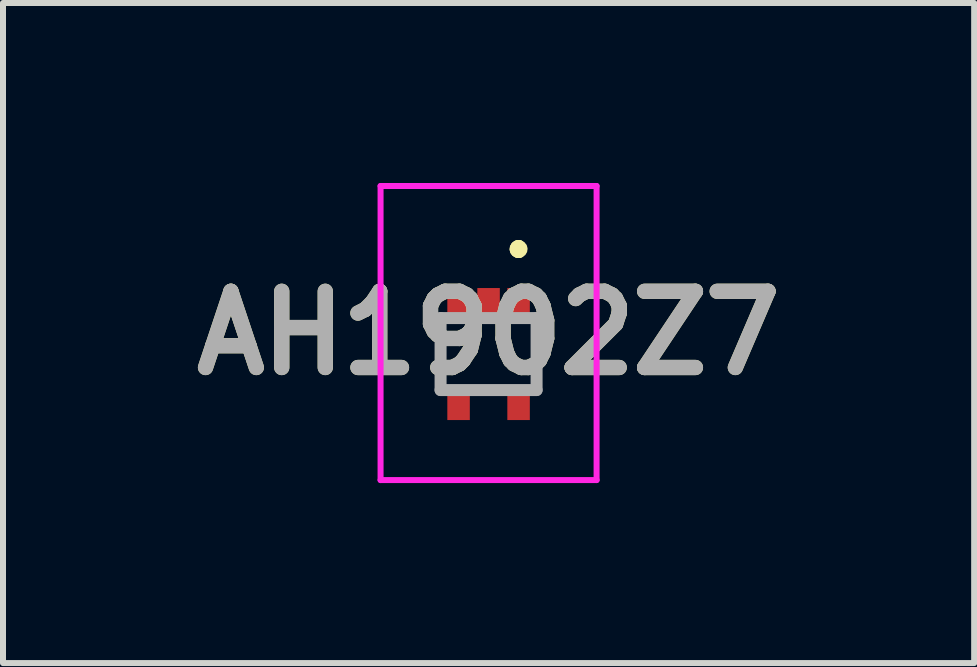
<source format=kicad_pcb>
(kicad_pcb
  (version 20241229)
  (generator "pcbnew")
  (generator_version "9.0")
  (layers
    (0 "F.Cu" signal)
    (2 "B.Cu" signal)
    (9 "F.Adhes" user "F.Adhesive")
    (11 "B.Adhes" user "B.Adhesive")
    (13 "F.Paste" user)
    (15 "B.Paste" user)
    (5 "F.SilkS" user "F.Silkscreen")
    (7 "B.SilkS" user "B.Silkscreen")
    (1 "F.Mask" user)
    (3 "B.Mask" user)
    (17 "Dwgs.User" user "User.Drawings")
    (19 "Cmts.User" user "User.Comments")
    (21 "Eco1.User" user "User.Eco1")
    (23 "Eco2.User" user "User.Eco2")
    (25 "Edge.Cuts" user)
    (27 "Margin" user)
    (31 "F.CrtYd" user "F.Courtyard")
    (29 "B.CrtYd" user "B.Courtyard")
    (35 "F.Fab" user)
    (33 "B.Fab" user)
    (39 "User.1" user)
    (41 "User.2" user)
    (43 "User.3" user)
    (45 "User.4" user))
  (footprint "AH1902Z7"
    (layer "F.Cu")
    (at 5.092 2.85)
    (property "Reference" "AH1902Z7" (at 0 -0.35 0) (layer "F.SilkS") (effects (font (size 1.27 1.27) (thickness 0.254))))
    (attr smd)
    (fp_line (start -0.8 -0.25) (end -0.8 -0.25) (stroke (width 0.1) (type solid)) (layer "F.SilkS"))
    (fp_line (start -0.8 -0.25) (end -0.8 0.25) (stroke (width 0.1) (type solid)) (layer "F.SilkS"))
    (fp_line (start -0.8 0.25) (end -0.8 -0.25) (stroke (width 0.1) (type solid)) (layer "F.SilkS"))
    (fp_line (start -0.8 0.25) (end -0.8 0.25) (stroke (width 0.1) (type solid)) (layer "F.SilkS"))
    (fp_line (start 0.5 -1.8) (end 0.5 -1.8) (stroke (width 0.2) (type solid)) (layer "F.SilkS"))
    (fp_line (start 0.5 -1.8) (end 0.5 -1.8) (stroke (width 0.2) (type solid)) (layer "F.SilkS"))
    (fp_line (start 0.5 -1.7) (end 0.5 -1.7) (stroke (width 0.2) (type solid)) (layer "F.SilkS"))
    (fp_line (start 0.8 -0.25) (end 0.8 -0.25) (stroke (width 0.1) (type solid)) (layer "F.SilkS"))
    (fp_line (start 0.8 -0.25) (end 0.8 0.25) (stroke (width 0.1) (type solid)) (layer "F.SilkS"))
    (fp_line (start 0.8 0.25) (end 0.8 -0.25) (stroke (width 0.1) (type solid)) (layer "F.SilkS"))
    (fp_line (start 0.8 0.25) (end 0.8 0.25) (stroke (width 0.1) (type solid)) (layer "F.SilkS"))
    (fp_arc (start 0.5 -1.8) (mid 0.55 -1.75) (end 0.5 -1.7) (stroke (width 0.2) (type solid)) (layer "F.SilkS"))
    (fp_arc (start 0.5 -1.7) (mid 0.45 -1.75) (end 0.5 -1.8) (stroke (width 0.2) (type solid)) (layer "F.SilkS"))
    (fp_arc (start 0.5 -1.7) (mid 0.45 -1.75) (end 0.5 -1.8) (stroke (width 0.2) (type solid)) (layer "F.SilkS"))
    (fp_line (start -1.8 -2.8) (end 1.8 -2.8) (stroke (width 0.1) (type solid)) (layer "F.CrtYd"))
    (fp_line (start -1.8 2.1) (end -1.8 -2.8) (stroke (width 0.1) (type solid)) (layer "F.CrtYd"))
    (fp_line (start 1.8 -2.8) (end 1.8 2.1) (stroke (width 0.1) (type solid)) (layer "F.CrtYd"))
    (fp_line (start 1.8 2.1) (end -1.8 2.1) (stroke (width 0.1) (type solid)) (layer "F.CrtYd"))
    (fp_line (start -0.8 -0.6) (end -0.8 0.6) (stroke (width 0.2) (type solid)) (layer "F.Fab"))
    (fp_line (start -0.8 0.6) (end 0.8 0.6) (stroke (width 0.2) (type solid)) (layer "F.Fab"))
    (fp_line (start 0.8 -0.6) (end -0.8 -0.6) (stroke (width 0.2) (type solid)) (layer "F.Fab"))
    (fp_line (start 0.8 0.6) (end 0.8 -0.6) (stroke (width 0.2) (type solid)) (layer "F.Fab"))
    (fp_text user "${REFERENCE}" (at 0 -0.35 0) (layer "F.Fab") (effects (font (size 1.27 1.27) (thickness 0.254))))
    (pad "1" smd rect (at 0.5 -0.85) (size 0.375 0.5) (layers "F.Cu" "F.Mask" "F.Paste"))
    (pad "2" smd rect (at 0 -0.85) (size 0.375 0.5) (layers "F.Cu" "F.Mask" "F.Paste"))
    (pad "3" smd rect (at -0.5 -0.85) (size 0.375 0.5) (layers "F.Cu" "F.Mask" "F.Paste"))
    (pad "4" smd rect (at -0.5 0.85) (size 0.375 0.5) (layers "F.Cu" "F.Mask" "F.Paste"))
    (pad "5" smd rect (at 0.5 0.85) (size 0.375 0.5) (layers "F.Cu" "F.Mask" "F.Paste")))
  (gr_rect
    (start -3 -3)
    (end 13.184 8)
    (stroke (width 0.1) (type default))
    (fill no)
    (layer "Edge.Cuts")))
</source>
